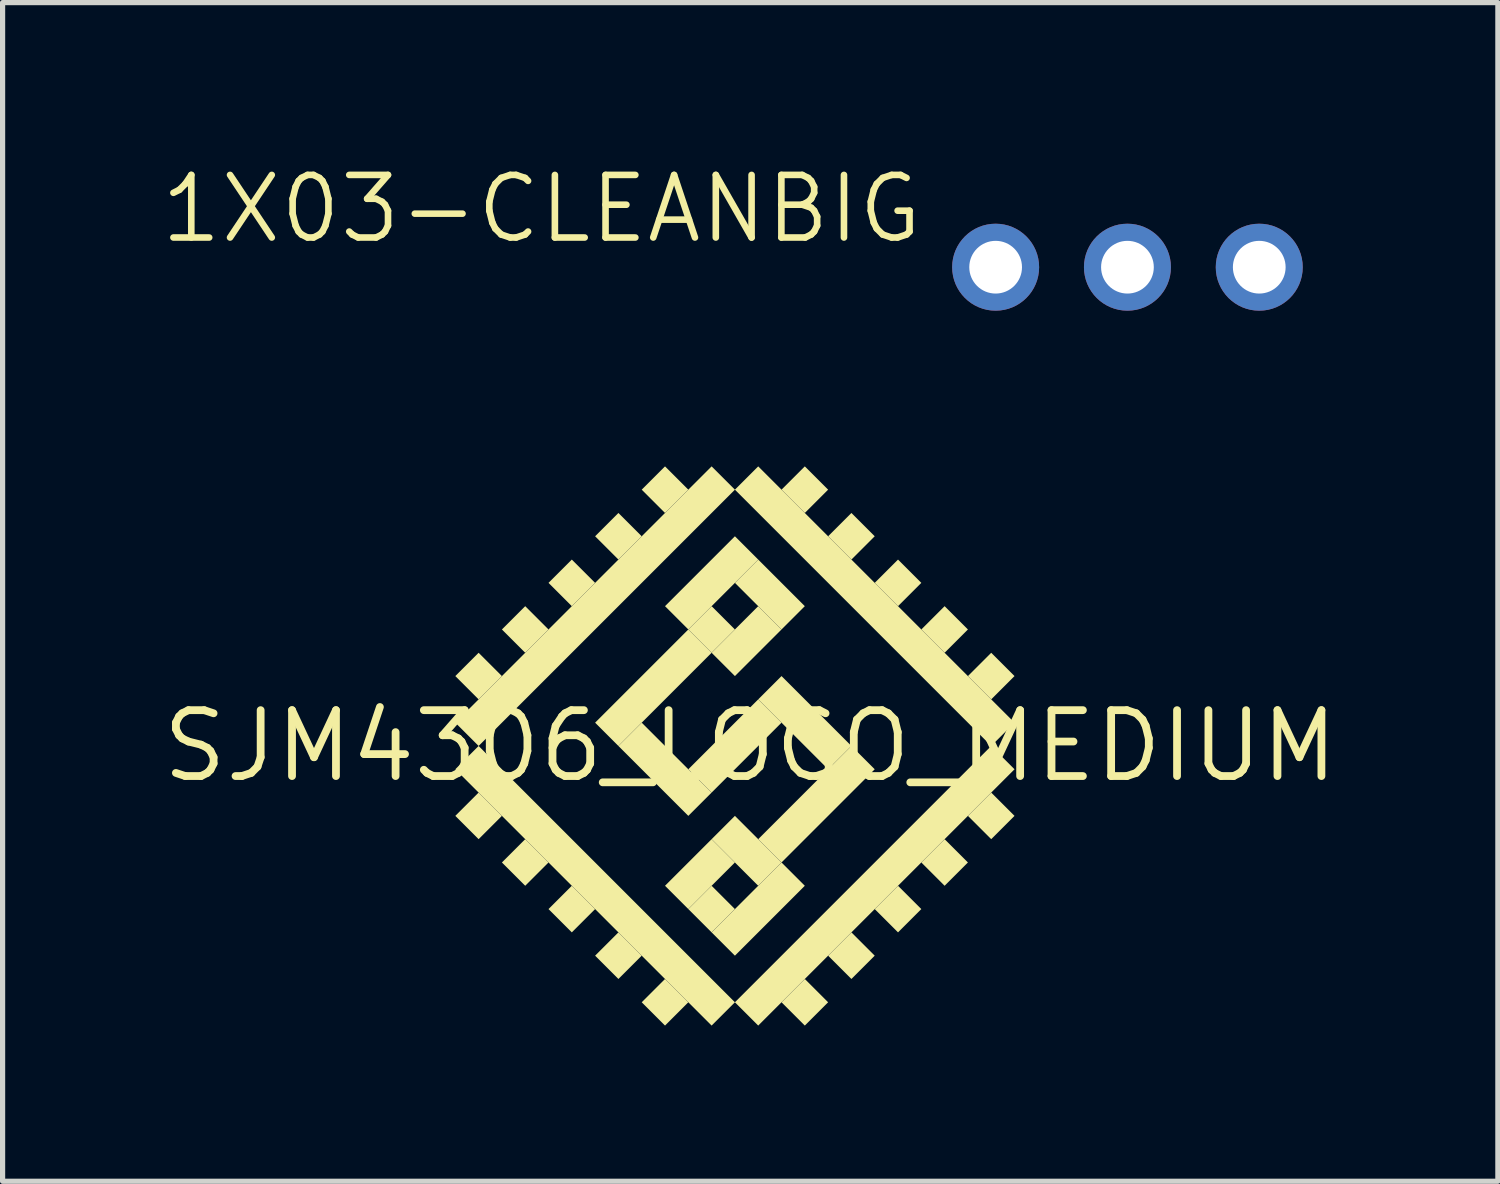
<source format=kicad_pcb>
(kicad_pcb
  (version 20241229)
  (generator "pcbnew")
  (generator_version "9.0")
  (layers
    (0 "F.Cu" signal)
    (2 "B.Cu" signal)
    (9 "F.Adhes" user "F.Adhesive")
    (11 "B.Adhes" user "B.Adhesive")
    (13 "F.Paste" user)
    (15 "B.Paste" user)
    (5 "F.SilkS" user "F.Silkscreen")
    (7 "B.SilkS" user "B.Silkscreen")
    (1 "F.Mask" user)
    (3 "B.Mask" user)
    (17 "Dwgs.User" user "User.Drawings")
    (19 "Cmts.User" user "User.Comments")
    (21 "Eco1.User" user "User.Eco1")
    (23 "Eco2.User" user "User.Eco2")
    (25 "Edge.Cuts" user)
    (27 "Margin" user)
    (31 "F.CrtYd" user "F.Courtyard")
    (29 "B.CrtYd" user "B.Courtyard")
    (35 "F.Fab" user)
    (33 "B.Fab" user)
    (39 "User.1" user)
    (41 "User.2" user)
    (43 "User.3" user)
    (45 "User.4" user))
  (footprint "1X03-CLEANBIG"
    (layer "F.Cu")
    (at 18.676 2.099)
    (property "Reference" "1X03-CLEANBIG" (at -3.886 -1.829 0) (layer "F.SilkS") (effects (font (size 1.206 1.206) (thickness 0.127)) (justify right top)))
    (attr through_hole)
    (fp_poly (pts (xy -2.794 0.254) (xy -2.286 0.254) (xy -2.286 -0.254) (xy -2.794 -0.254)) (stroke (width 0.1) (type solid)) (fill no) (layer "F.Fab"))
    (fp_poly (pts (xy -0.254 0.254) (xy 0.254 0.254) (xy 0.254 -0.254) (xy -0.254 -0.254)) (stroke (width 0.1) (type solid)) (fill no) (layer "F.Fab"))
    (fp_poly (pts (xy 2.286 0.254) (xy 2.794 0.254) (xy 2.794 -0.254) (xy 2.286 -0.254)) (stroke (width 0.1) (type solid)) (fill no) (layer "F.Fab"))
    (pad "1" thru_hole circle (at -2.54 0 90) (size 1.676 1.676) (drill 1.016) (layers "*.Cu" "*.Mask"))
    (pad "2" thru_hole circle (at 0 0 90) (size 1.676 1.676) (drill 1.016) (layers "*.Cu" "*.Mask"))
    (pad "3" thru_hole circle (at 2.54 0 90) (size 1.676 1.676) (drill 1.016) (layers "*.Cu" "*.Mask")))
  (footprint "SJM4306_LOGO_MEDIUM"
    (layer "F.Cu")
    (at 11.407 11.325)
    (property "Reference" "SJM4306_LOGO_MEDIUM" (at 0 0 0) (layer "F.SilkS") (effects (font (size 1.27 1.27) (thickness 0.15))))
    (attr through_hole)
    (fp_poly (pts (xy -5.234 0.000001) (xy -0.295 -4.939) (xy -0.744 -5.388) (xy -5.683 -0.449)) (stroke (width 0) (type solid)) (fill yes) (layer "F.SilkS"))
    (fp_poly (pts (xy -5.234 -0.898) (xy -4.785 -1.347) (xy -5.234 -1.796) (xy -5.683 -1.347)) (stroke (width 0) (type solid)) (fill yes) (layer "F.SilkS"))
    (fp_poly (pts (xy -5.234 1.796) (xy -4.785 1.347) (xy -5.234 0.898) (xy -5.683 1.347)) (stroke (width 0) (type solid)) (fill yes) (layer "F.SilkS"))
    (fp_poly (pts (xy -4.336 -1.796) (xy -3.887 -2.245) (xy -4.336 -2.694) (xy -4.785 -2.245)) (stroke (width 0) (type solid)) (fill yes) (layer "F.SilkS"))
    (fp_poly (pts (xy -4.336 2.694) (xy -3.887 2.245) (xy -4.336 1.796) (xy -4.785 2.245)) (stroke (width 0) (type solid)) (fill yes) (layer "F.SilkS"))
    (fp_poly (pts (xy -3.438 -2.694) (xy -2.989 -3.143) (xy -3.438 -3.592) (xy -3.887 -3.143)) (stroke (width 0) (type solid)) (fill yes) (layer "F.SilkS"))
    (fp_poly (pts (xy -3.438 3.592) (xy -2.989 3.143) (xy -3.438 2.694) (xy -3.887 3.143)) (stroke (width 0) (type solid)) (fill yes) (layer "F.SilkS"))
    (fp_poly (pts (xy -2.54 -3.592) (xy -2.091 -4.041) (xy -2.54 -4.49) (xy -2.989 -4.041)) (stroke (width 0) (type solid)) (fill yes) (layer "F.SilkS"))
    (fp_poly (pts (xy -2.54 4.49) (xy -2.091 4.041) (xy -2.54 3.592) (xy -2.989 4.041)) (stroke (width 0) (type solid)) (fill yes) (layer "F.SilkS"))
    (fp_poly (pts (xy -2.54 -0.000002) (xy -0.744 -1.796) (xy -1.193 -2.245) (xy -2.989 -0.449)) (stroke (width 0) (type solid)) (fill yes) (layer "F.SilkS"))
    (fp_poly (pts (xy -1.642 -4.49) (xy -1.193 -4.939) (xy -1.642 -5.388) (xy -2.091 -4.939)) (stroke (width 0) (type solid)) (fill yes) (layer "F.SilkS"))
    (fp_poly (pts (xy -1.642 5.388) (xy -1.193 4.939) (xy -1.642 4.49) (xy -2.091 4.939)) (stroke (width 0) (type solid)) (fill yes) (layer "F.SilkS"))
    (fp_poly (pts (xy -1.193 -2.245) (xy 0.154 -3.592) (xy -0.295 -4.041) (xy -1.642 -2.694)) (stroke (width 0) (type solid)) (fill yes) (layer "F.SilkS"))
    (fp_poly (pts (xy -1.193 3.143) (xy -0.295 2.245) (xy -0.744 1.796) (xy -1.642 2.694)) (stroke (width 0) (type solid)) (fill yes) (layer "F.SilkS"))
    (fp_poly (pts (xy -1.193 1.347) (xy -0.744 0.898) (xy -2.091 -0.449) (xy -2.54 0)) (stroke (width 0) (type solid)) (fill yes) (layer "F.SilkS"))
    (fp_poly (pts (xy -0.744 -1.796) (xy -0.295 -2.245) (xy -0.744 -2.694) (xy -1.193 -2.245)) (stroke (width 0) (type solid)) (fill yes) (layer "F.SilkS"))
    (fp_poly (pts (xy -0.744 0.898) (xy 0.603 -0.449) (xy 0.154 -0.898) (xy -1.193 0.449)) (stroke (width 0) (type solid)) (fill yes) (layer "F.SilkS"))
    (fp_poly (pts (xy -0.744 3.592) (xy -0.295 3.143) (xy -0.744 2.694) (xy -1.193 3.143)) (stroke (width 0) (type solid)) (fill yes) (layer "F.SilkS"))
    (fp_poly (pts (xy -0.744 5.388) (xy -0.295 4.939) (xy -5.234 -0.000002) (xy -5.683 0.449)) (stroke (width 0) (type solid)) (fill yes) (layer "F.SilkS"))
    (fp_poly (pts (xy -0.295 -1.347) (xy 0.603 -2.245) (xy 0.154 -2.694) (xy -0.744 -1.796)) (stroke (width 0) (type solid)) (fill yes) (layer "F.SilkS"))
    (fp_poly (pts (xy -0.295 4.041) (xy 1.052 2.694) (xy 0.603 2.245) (xy -0.744 3.592)) (stroke (width 0) (type solid)) (fill yes) (layer "F.SilkS"))
    (fp_poly (pts (xy 0.154 2.694) (xy 0.603 2.245) (xy -0.295 1.347) (xy -0.744 1.796)) (stroke (width 0) (type solid)) (fill yes) (layer "F.SilkS"))
    (fp_poly (pts (xy 0.154 5.388) (xy 5.093 0.449) (xy 4.644 -0.000002) (xy -0.295 4.939)) (stroke (width 0) (type solid)) (fill yes) (layer "F.SilkS"))
    (fp_poly (pts (xy 0.603 -2.245) (xy 1.052 -2.694) (xy 0.154 -3.592) (xy -0.295 -3.143)) (stroke (width 0) (type solid)) (fill yes) (layer "F.SilkS"))
    (fp_poly (pts (xy 0.603 2.245) (xy 2.399 0.449) (xy 1.95 -0.000001) (xy 0.154 1.796)) (stroke (width 0) (type solid)) (fill yes) (layer "F.SilkS"))
    (fp_poly (pts (xy 1.052 -4.49) (xy 1.501 -4.939) (xy 1.052 -5.388) (xy 0.603 -4.939)) (stroke (width 0) (type solid)) (fill yes) (layer "F.SilkS"))
    (fp_poly (pts (xy 1.052 5.388) (xy 1.501 4.939) (xy 1.052 4.49) (xy 0.603 4.939)) (stroke (width 0) (type solid)) (fill yes) (layer "F.SilkS"))
    (fp_poly (pts (xy 1.501 0.449) (xy 1.95 -0.000003) (xy 0.603 -1.347) (xy 0.154 -0.898)) (stroke (width 0) (type solid)) (fill yes) (layer "F.SilkS"))
    (fp_poly (pts (xy 1.95 -3.592) (xy 2.399 -4.041) (xy 1.95 -4.49) (xy 1.501 -4.041)) (stroke (width 0) (type solid)) (fill yes) (layer "F.SilkS"))
    (fp_poly (pts (xy 1.95 4.49) (xy 2.399 4.041) (xy 1.95 3.592) (xy 1.501 4.041)) (stroke (width 0) (type solid)) (fill yes) (layer "F.SilkS"))
    (fp_poly (pts (xy 2.848 -2.694) (xy 3.297 -3.143) (xy 2.848 -3.592) (xy 2.399 -3.143)) (stroke (width 0) (type solid)) (fill yes) (layer "F.SilkS"))
    (fp_poly (pts (xy 2.848 3.592) (xy 3.297 3.143) (xy 2.848 2.694) (xy 2.399 3.143)) (stroke (width 0) (type solid)) (fill yes) (layer "F.SilkS"))
    (fp_poly (pts (xy 3.746 -1.796) (xy 4.195 -2.245) (xy 3.746 -2.694) (xy 3.297 -2.245)) (stroke (width 0) (type solid)) (fill yes) (layer "F.SilkS"))
    (fp_poly (pts (xy 3.746 2.694) (xy 4.195 2.245) (xy 3.746 1.796) (xy 3.297 2.245)) (stroke (width 0) (type solid)) (fill yes) (layer "F.SilkS"))
    (fp_poly (pts (xy 4.644 -0.898) (xy 5.093 -1.347) (xy 4.644 -1.796) (xy 4.195 -1.347)) (stroke (width 0) (type solid)) (fill yes) (layer "F.SilkS"))
    (fp_poly (pts (xy 4.644 1.796) (xy 5.093 1.347) (xy 4.644 0.898) (xy 4.195 1.347)) (stroke (width 0) (type solid)) (fill yes) (layer "F.SilkS"))
    (fp_poly (pts (xy 4.644 0.000002) (xy 5.093 -0.449) (xy 0.154 -5.388) (xy -0.295 -4.939)) (stroke (width 0) (type solid)) (fill yes) (layer "F.SilkS")))
  (gr_rect
    (start -3 -3)
    (end 25.814 19.713)
    (stroke (width 0.1) (type default))
    (fill no)
    (layer "Edge.Cuts")))
</source>
